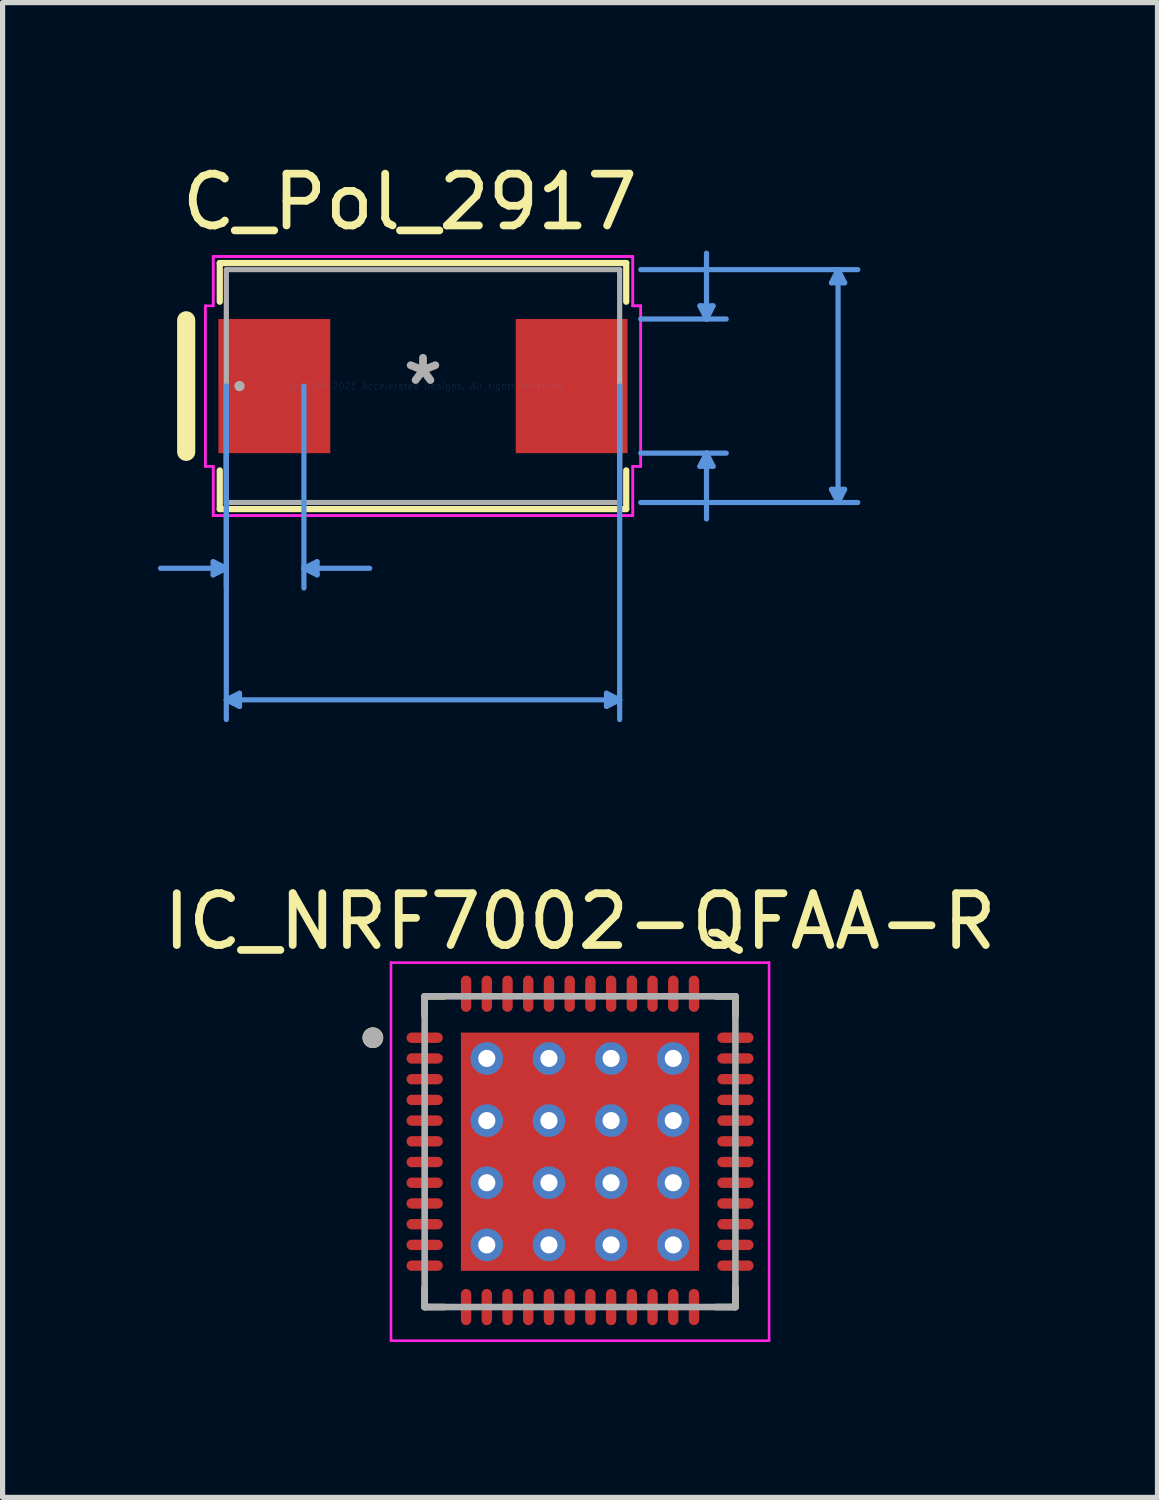
<source format=kicad_pcb>
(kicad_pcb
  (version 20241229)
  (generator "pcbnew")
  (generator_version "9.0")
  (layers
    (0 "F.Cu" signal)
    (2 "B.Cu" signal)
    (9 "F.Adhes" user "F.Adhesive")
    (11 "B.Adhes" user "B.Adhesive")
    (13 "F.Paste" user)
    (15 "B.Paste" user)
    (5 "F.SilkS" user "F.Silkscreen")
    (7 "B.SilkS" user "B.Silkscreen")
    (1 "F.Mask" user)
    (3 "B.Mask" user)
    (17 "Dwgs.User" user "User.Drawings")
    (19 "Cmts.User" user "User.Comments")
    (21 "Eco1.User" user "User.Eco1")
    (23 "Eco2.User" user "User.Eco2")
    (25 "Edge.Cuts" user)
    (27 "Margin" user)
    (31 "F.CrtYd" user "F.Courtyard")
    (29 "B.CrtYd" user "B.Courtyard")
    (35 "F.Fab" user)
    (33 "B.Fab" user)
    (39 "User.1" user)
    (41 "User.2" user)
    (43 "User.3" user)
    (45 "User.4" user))
  (footprint "C_Pol_2917"
    (layer "F.Cu")
    (at 5.117 4.404)
    (property "Reference" "C_Pol_2917" (at -0.254 -3.556 0) (layer "F.SilkS") (effects (font (size 1 1) (thickness 0.15))))
    (attr through_hole)
    (fp_line (start -4.572 -1.27) (end -4.572 1.27) (stroke (width 0.35) (type default)) (layer "F.SilkS"))
    (fp_line (start -3.924 -2.375) (end -3.924 -1.628) (stroke (width 0.12) (type solid)) (layer "F.SilkS"))
    (fp_line (start -3.924 1.628) (end -3.924 2.375) (stroke (width 0.12) (type solid)) (layer "F.SilkS"))
    (fp_line (start -3.924 2.375) (end 3.924 2.375) (stroke (width 0.12) (type solid)) (layer "F.SilkS"))
    (fp_line (start 3.924 -2.375) (end -3.924 -2.375) (stroke (width 0.12) (type solid)) (layer "F.SilkS"))
    (fp_line (start 3.924 -1.628) (end 3.924 -2.375) (stroke (width 0.12) (type solid)) (layer "F.SilkS"))
    (fp_line (start 3.924 2.375) (end 3.924 1.628) (stroke (width 0.12) (type solid)) (layer "F.SilkS"))
    (fp_line (start -4.051 3.391) (end -4.051 3.645) (stroke (width 0.1) (type solid)) (layer "Cmts.User"))
    (fp_line (start -3.797 0) (end -3.797 3.899) (stroke (width 0.1) (type solid)) (layer "Cmts.User"))
    (fp_line (start -3.797 0) (end -3.797 6.439) (stroke (width 0.1) (type solid)) (layer "Cmts.User"))
    (fp_line (start -3.797 3.518) (end -5.067 3.518) (stroke (width 0.1) (type solid)) (layer "Cmts.User"))
    (fp_line (start -3.797 3.518) (end -4.051 3.391) (stroke (width 0.1) (type solid)) (layer "Cmts.User"))
    (fp_line (start -3.797 3.518) (end -4.051 3.645) (stroke (width 0.1) (type solid)) (layer "Cmts.User"))
    (fp_line (start -3.797 6.058) (end -3.543 5.931) (stroke (width 0.1) (type solid)) (layer "Cmts.User"))
    (fp_line (start -3.797 6.058) (end -3.543 6.185) (stroke (width 0.1) (type solid)) (layer "Cmts.User"))
    (fp_line (start -3.797 6.058) (end 3.797 6.058) (stroke (width 0.1) (type solid)) (layer "Cmts.User"))
    (fp_line (start -3.543 5.931) (end -3.543 6.185) (stroke (width 0.1) (type solid)) (layer "Cmts.User"))
    (fp_line (start -2.299 0) (end -2.299 3.899) (stroke (width 0.1) (type solid)) (layer "Cmts.User"))
    (fp_line (start -2.299 3.518) (end -2.045 3.391) (stroke (width 0.1) (type solid)) (layer "Cmts.User"))
    (fp_line (start -2.299 3.518) (end -2.045 3.645) (stroke (width 0.1) (type solid)) (layer "Cmts.User"))
    (fp_line (start -2.299 3.518) (end -1.029 3.518) (stroke (width 0.1) (type solid)) (layer "Cmts.User"))
    (fp_line (start -2.045 3.391) (end -2.045 3.645) (stroke (width 0.1) (type solid)) (layer "Cmts.User"))
    (fp_line (start 3.543 5.931) (end 3.543 6.185) (stroke (width 0.1) (type solid)) (layer "Cmts.User"))
    (fp_line (start 3.797 0) (end 3.797 6.439) (stroke (width 0.1) (type solid)) (layer "Cmts.User"))
    (fp_line (start 3.797 6.058) (end 3.543 5.931) (stroke (width 0.1) (type solid)) (layer "Cmts.User"))
    (fp_line (start 3.797 6.058) (end 3.543 6.185) (stroke (width 0.1) (type solid)) (layer "Cmts.User"))
    (fp_line (start 4.204 -2.248) (end 8.395 -2.248) (stroke (width 0.1) (type solid)) (layer "Cmts.User"))
    (fp_line (start 4.204 -1.295) (end 5.855 -1.295) (stroke (width 0.1) (type solid)) (layer "Cmts.User"))
    (fp_line (start 4.204 1.295) (end 5.855 1.295) (stroke (width 0.1) (type solid)) (layer "Cmts.User"))
    (fp_line (start 4.204 2.248) (end 8.395 2.248) (stroke (width 0.1) (type solid)) (layer "Cmts.User"))
    (fp_line (start 5.347 -1.549) (end 5.601 -1.549) (stroke (width 0.1) (type solid)) (layer "Cmts.User"))
    (fp_line (start 5.347 1.549) (end 5.601 1.549) (stroke (width 0.1) (type solid)) (layer "Cmts.User"))
    (fp_line (start 5.474 -1.295) (end 5.347 -1.549) (stroke (width 0.1) (type solid)) (layer "Cmts.User"))
    (fp_line (start 5.474 -1.295) (end 5.474 -2.565) (stroke (width 0.1) (type solid)) (layer "Cmts.User"))
    (fp_line (start 5.474 -1.295) (end 5.601 -1.549) (stroke (width 0.1) (type solid)) (layer "Cmts.User"))
    (fp_line (start 5.474 1.295) (end 5.347 1.549) (stroke (width 0.1) (type solid)) (layer "Cmts.User"))
    (fp_line (start 5.474 1.295) (end 5.474 2.565) (stroke (width 0.1) (type solid)) (layer "Cmts.User"))
    (fp_line (start 5.474 1.295) (end 5.601 1.549) (stroke (width 0.1) (type solid)) (layer "Cmts.User"))
    (fp_line (start 7.887 -1.994) (end 8.141 -1.994) (stroke (width 0.1) (type solid)) (layer "Cmts.User"))
    (fp_line (start 7.887 1.994) (end 8.141 1.994) (stroke (width 0.1) (type solid)) (layer "Cmts.User"))
    (fp_line (start 8.014 -2.248) (end 7.887 -1.994) (stroke (width 0.1) (type solid)) (layer "Cmts.User"))
    (fp_line (start 8.014 -2.248) (end 8.014 2.248) (stroke (width 0.1) (type solid)) (layer "Cmts.User"))
    (fp_line (start 8.014 -2.248) (end 8.141 -1.994) (stroke (width 0.1) (type solid)) (layer "Cmts.User"))
    (fp_line (start 8.014 2.248) (end 7.887 1.994) (stroke (width 0.1) (type solid)) (layer "Cmts.User"))
    (fp_line (start 8.014 2.248) (end 8.141 1.994) (stroke (width 0.1) (type solid)) (layer "Cmts.User"))
    (fp_line (start -4.204 -1.549) (end -4.051 -1.549) (stroke (width 0.05) (type solid)) (layer "F.CrtYd"))
    (fp_line (start -4.204 1.549) (end -4.204 -1.549) (stroke (width 0.05) (type solid)) (layer "F.CrtYd"))
    (fp_line (start -4.204 1.549) (end -4.204 -1.549) (stroke (width 0.05) (type solid)) (layer "F.CrtYd"))
    (fp_line (start -4.051 -2.502) (end 4.051 -2.502) (stroke (width 0.05) (type solid)) (layer "F.CrtYd"))
    (fp_line (start -4.051 -2.502) (end 4.051 -2.502) (stroke (width 0.05) (type solid)) (layer "F.CrtYd"))
    (fp_line (start -4.051 -1.549) (end -4.051 -2.502) (stroke (width 0.05) (type solid)) (layer "F.CrtYd"))
    (fp_line (start -4.051 -1.549) (end -4.051 -2.502) (stroke (width 0.05) (type solid)) (layer "F.CrtYd"))
    (fp_line (start -4.051 1.549) (end -4.204 1.549) (stroke (width 0.05) (type solid)) (layer "F.CrtYd"))
    (fp_line (start -4.051 1.549) (end -4.204 1.549) (stroke (width 0.05) (type solid)) (layer "F.CrtYd"))
    (fp_line (start -4.051 2.502) (end -4.051 1.549) (stroke (width 0.05) (type solid)) (layer "F.CrtYd"))
    (fp_line (start -4.051 2.502) (end -4.051 1.549) (stroke (width 0.05) (type solid)) (layer "F.CrtYd"))
    (fp_line (start 4.051 -2.502) (end 4.051 -1.549) (stroke (width 0.05) (type solid)) (layer "F.CrtYd"))
    (fp_line (start 4.051 -2.502) (end 4.051 -1.549) (stroke (width 0.05) (type solid)) (layer "F.CrtYd"))
    (fp_line (start 4.051 -1.549) (end 4.204 -1.549) (stroke (width 0.05) (type solid)) (layer "F.CrtYd"))
    (fp_line (start 4.051 -1.549) (end 4.204 -1.549) (stroke (width 0.05) (type solid)) (layer "F.CrtYd"))
    (fp_line (start 4.051 1.549) (end 4.051 2.502) (stroke (width 0.05) (type solid)) (layer "F.CrtYd"))
    (fp_line (start 4.051 1.549) (end 4.051 2.502) (stroke (width 0.05) (type solid)) (layer "F.CrtYd"))
    (fp_line (start 4.051 2.502) (end -4.051 2.502) (stroke (width 0.05) (type solid)) (layer "F.CrtYd"))
    (fp_line (start 4.051 2.502) (end -4.051 2.502) (stroke (width 0.05) (type solid)) (layer "F.CrtYd"))
    (fp_line (start 4.204 -1.549) (end 4.204 1.549) (stroke (width 0.05) (type solid)) (layer "F.CrtYd"))
    (fp_line (start 4.204 -1.549) (end 4.204 1.549) (stroke (width 0.05) (type solid)) (layer "F.CrtYd"))
    (fp_line (start 4.204 1.549) (end 4.051 1.549) (stroke (width 0.05) (type solid)) (layer "F.CrtYd"))
    (fp_line (start 4.204 1.549) (end 4.051 1.549) (stroke (width 0.05) (type solid)) (layer "F.CrtYd"))
    (fp_line (start -3.797 -2.248) (end -3.797 2.248) (stroke (width 0.1) (type solid)) (layer "F.Fab"))
    (fp_line (start -3.797 2.248) (end 3.797 2.248) (stroke (width 0.1) (type solid)) (layer "F.Fab"))
    (fp_line (start 3.797 -2.248) (end -3.797 -2.248) (stroke (width 0.1) (type solid)) (layer "F.Fab"))
    (fp_line (start 3.797 2.248) (end 3.797 -2.248) (stroke (width 0.1) (type solid)) (layer "F.Fab"))
    (fp_circle (center -3.543 0) (end -3.543 0) (stroke (width 0.1) (type solid)) (fill no) (layer "F.Fab"))
    (fp_text user "Copyright 2021 Accelerated Designs. All rights reserved." (at 0 0 0) (layer "Cmts.User") (effects (font (size 0.127 0.127) (thickness 0.002))))
    (fp_text user "*" (at 0 0 0) (layer "F.Fab") (effects (font (size 1 1) (thickness 0.15))))
    (pad "1" smd rect (at -2.87 0 90) (size 2.591 2.159) (layers "F.Cu" "F.Mask" "F.Paste"))
    (pad "2" smd rect (at 2.87 0 90) (size 2.591 2.159) (layers "F.Cu" "F.Mask" "F.Paste")))
  (footprint "IC_NRF7002-QFAA-R"
    (layer "F.Cu")
    (at 8.149 19.186)
    (property "Reference" "IC_NRF7002-QFAA-R" (at 0 -4.445 0) (layer "F.SilkS") (effects (font (size 1 1) (thickness 0.15))))
    (attr smd)
    (fp_line (start -3 -3) (end -3 -2.625) (stroke (width 0.127) (type solid)) (layer "F.SilkS"))
    (fp_line (start -3 -3) (end -2.625 -3) (stroke (width 0.127) (type solid)) (layer "F.SilkS"))
    (fp_line (start -3 3) (end -3 2.625) (stroke (width 0.127) (type solid)) (layer "F.SilkS"))
    (fp_line (start -3 3) (end -2.625 3) (stroke (width 0.127) (type solid)) (layer "F.SilkS"))
    (fp_line (start 3 -3) (end 2.625 -3) (stroke (width 0.127) (type solid)) (layer "F.SilkS"))
    (fp_line (start 3 -3) (end 3 -2.625) (stroke (width 0.127) (type solid)) (layer "F.SilkS"))
    (fp_line (start 3 3) (end 2.625 3) (stroke (width 0.127) (type solid)) (layer "F.SilkS"))
    (fp_line (start 3 3) (end 3 2.625) (stroke (width 0.127) (type solid)) (layer "F.SilkS"))
    (fp_circle (center -4 -2.2) (end -3.9 -2.2) (stroke (width 0.2) (type solid)) (fill no) (layer "F.SilkS"))
    (fp_poly (pts (xy -1.885 -1.885) (xy -0.425 -1.885) (xy -0.425 -0.425) (xy -1.885 -0.425)) (stroke (width 0.01) (type solid)) (fill yes) (layer "F.Paste"))
    (fp_poly (pts (xy -1.885 0.425) (xy -0.425 0.425) (xy -0.425 1.885) (xy -1.885 1.885)) (stroke (width 0.01) (type solid)) (fill yes) (layer "F.Paste"))
    (fp_poly (pts (xy 0.425 -1.885) (xy 1.885 -1.885) (xy 1.885 -0.425) (xy 0.425 -0.425)) (stroke (width 0.01) (type solid)) (fill yes) (layer "F.Paste"))
    (fp_poly (pts (xy 0.425 0.425) (xy 1.885 0.425) (xy 1.885 1.885) (xy 0.425 1.885)) (stroke (width 0.01) (type solid)) (fill yes) (layer "F.Paste"))
    (fp_line (start -3.65 -3.65) (end 3.65 -3.65) (stroke (width 0.05) (type solid)) (layer "F.CrtYd"))
    (fp_line (start -3.65 3.65) (end -3.65 -3.65) (stroke (width 0.05) (type solid)) (layer "F.CrtYd"))
    (fp_line (start 3.65 -3.65) (end 3.65 3.65) (stroke (width 0.05) (type solid)) (layer "F.CrtYd"))
    (fp_line (start 3.65 3.65) (end -3.65 3.65) (stroke (width 0.05) (type solid)) (layer "F.CrtYd"))
    (fp_line (start -3 -3) (end 3 -3) (stroke (width 0.127) (type solid)) (layer "F.Fab"))
    (fp_line (start -3 3) (end -3 -3) (stroke (width 0.127) (type solid)) (layer "F.Fab"))
    (fp_line (start 3 -3) (end 3 3) (stroke (width 0.127) (type solid)) (layer "F.Fab"))
    (fp_line (start 3 3) (end -3 3) (stroke (width 0.127) (type solid)) (layer "F.Fab"))
    (fp_circle (center -4 -2.2) (end -3.9 -2.2) (stroke (width 0.2) (type solid)) (fill no) (layer "F.Fab"))
    (pad "1" smd oval (at -3 -2.2) (size 0.7 0.2) (layers "F.Cu" "F.Mask" "F.Paste"))
    (pad "2" smd oval (at -3 -1.8) (size 0.7 0.2) (layers "F.Cu" "F.Mask" "F.Paste"))
    (pad "3" smd oval (at -3 -1.4) (size 0.7 0.2) (layers "F.Cu" "F.Mask" "F.Paste"))
    (pad "4" smd oval (at -3 -1) (size 0.7 0.2) (layers "F.Cu" "F.Mask" "F.Paste"))
    (pad "5" smd oval (at -3 -0.6) (size 0.7 0.2) (layers "F.Cu" "F.Mask" "F.Paste"))
    (pad "6" smd oval (at -3 -0.2) (size 0.7 0.2) (layers "F.Cu" "F.Mask" "F.Paste"))
    (pad "7" smd oval (at -3 0.2) (size 0.7 0.2) (layers "F.Cu" "F.Mask" "F.Paste"))
    (pad "8" smd oval (at -3 0.6) (size 0.7 0.2) (layers "F.Cu" "F.Mask" "F.Paste"))
    (pad "9" smd oval (at -3 1) (size 0.7 0.2) (layers "F.Cu" "F.Mask" "F.Paste"))
    (pad "10" smd oval (at -3 1.4) (size 0.7 0.2) (layers "F.Cu" "F.Mask" "F.Paste"))
    (pad "11" smd oval (at -3 1.8) (size 0.7 0.2) (layers "F.Cu" "F.Mask" "F.Paste"))
    (pad "12" smd oval (at -3 2.2) (size 0.7 0.2) (layers "F.Cu" "F.Mask" "F.Paste"))
    (pad "13" smd oval (at -2.2 3) (size 0.2 0.7) (layers "F.Cu" "F.Mask" "F.Paste"))
    (pad "14" smd oval (at -1.8 3) (size 0.2 0.7) (layers "F.Cu" "F.Mask" "F.Paste"))
    (pad "15" smd oval (at -1.4 3) (size 0.2 0.7) (layers "F.Cu" "F.Mask" "F.Paste"))
    (pad "16" smd oval (at -1 3) (size 0.2 0.7) (layers "F.Cu" "F.Mask" "F.Paste"))
    (pad "17" smd oval (at -0.6 3) (size 0.2 0.7) (layers "F.Cu" "F.Mask" "F.Paste"))
    (pad "18" smd oval (at -0.2 3) (size 0.2 0.7) (layers "F.Cu" "F.Mask" "F.Paste"))
    (pad "19" smd oval (at 0.2 3) (size 0.2 0.7) (layers "F.Cu" "F.Mask" "F.Paste"))
    (pad "20" smd oval (at 0.6 3) (size 0.2 0.7) (layers "F.Cu" "F.Mask" "F.Paste"))
    (pad "21" smd oval (at 1 3) (size 0.2 0.7) (layers "F.Cu" "F.Mask" "F.Paste"))
    (pad "22" smd oval (at 1.4 3) (size 0.2 0.7) (layers "F.Cu" "F.Mask" "F.Paste"))
    (pad "23" smd oval (at 1.8 3) (size 0.2 0.7) (layers "F.Cu" "F.Mask" "F.Paste"))
    (pad "24" smd oval (at 2.2 3) (size 0.2 0.7) (layers "F.Cu" "F.Mask" "F.Paste"))
    (pad "25" smd oval (at 3 2.2) (size 0.7 0.2) (layers "F.Cu" "F.Mask" "F.Paste"))
    (pad "26" smd oval (at 3 1.8) (size 0.7 0.2) (layers "F.Cu" "F.Mask" "F.Paste"))
    (pad "27" smd oval (at 3 1.4) (size 0.7 0.2) (layers "F.Cu" "F.Mask" "F.Paste"))
    (pad "28" smd oval (at 3 1) (size 0.7 0.2) (layers "F.Cu" "F.Mask" "F.Paste"))
    (pad "29" smd oval (at 3 0.6) (size 0.7 0.2) (layers "F.Cu" "F.Mask" "F.Paste"))
    (pad "30" smd oval (at 3 0.2) (size 0.7 0.2) (layers "F.Cu" "F.Mask" "F.Paste"))
    (pad "31" smd oval (at 3 -0.2) (size 0.7 0.2) (layers "F.Cu" "F.Mask" "F.Paste"))
    (pad "32" smd oval (at 3 -0.6) (size 0.7 0.2) (layers "F.Cu" "F.Mask" "F.Paste"))
    (pad "33" smd oval (at 3 -1) (size 0.7 0.2) (layers "F.Cu" "F.Mask" "F.Paste"))
    (pad "34" smd oval (at 3 -1.4) (size 0.7 0.2) (layers "F.Cu" "F.Mask" "F.Paste"))
    (pad "35" smd oval (at 3 -1.8) (size 0.7 0.2) (layers "F.Cu" "F.Mask" "F.Paste"))
    (pad "36" smd oval (at 3 -2.2) (size 0.7 0.2) (layers "F.Cu" "F.Mask" "F.Paste"))
    (pad "37" smd oval (at 2.2 -3.05) (size 0.2 0.7) (layers "F.Cu" "F.Mask" "F.Paste"))
    (pad "38" smd oval (at 1.8 -3.05) (size 0.2 0.7) (layers "F.Cu" "F.Mask" "F.Paste"))
    (pad "39" smd oval (at 1.4 -3.05) (size 0.2 0.7) (layers "F.Cu" "F.Mask" "F.Paste"))
    (pad "40" smd oval (at 1 -3.05) (size 0.2 0.7) (layers "F.Cu" "F.Mask" "F.Paste"))
    (pad "41" smd oval (at 0.6 -3.05) (size 0.2 0.7) (layers "F.Cu" "F.Mask" "F.Paste"))
    (pad "42" smd oval (at 0.2 -3.05) (size 0.2 0.7) (layers "F.Cu" "F.Mask" "F.Paste"))
    (pad "43" smd oval (at -0.2 -3.05) (size 0.2 0.7) (layers "F.Cu" "F.Mask" "F.Paste"))
    (pad "44" smd oval (at -0.6 -3.05) (size 0.2 0.7) (layers "F.Cu" "F.Mask" "F.Paste"))
    (pad "45" smd oval (at -1 -3.05) (size 0.2 0.7) (layers "F.Cu" "F.Mask" "F.Paste"))
    (pad "46" smd oval (at -1.4 -3.05) (size 0.2 0.7) (layers "F.Cu" "F.Mask" "F.Paste"))
    (pad "47" smd oval (at -1.8 -3.05) (size 0.2 0.7) (layers "F.Cu" "F.Mask" "F.Paste"))
    (pad "48" smd oval (at -2.2 -3.05) (size 0.2 0.7) (layers "F.Cu" "F.Mask" "F.Paste"))
    (pad "49" smd rect (at 0 0) (size 4.6 4.6) (layers "F.Cu" "F.Mask"))
    (pad "50" thru_hole circle (at -1.8 -1.8) (size 0.63 0.63) (drill 0.33) (layers "*.Cu"))
    (pad "51" thru_hole circle (at -0.6 -1.8) (size 0.63 0.63) (drill 0.33) (layers "*.Cu"))
    (pad "52" thru_hole circle (at 0.6 -1.8) (size 0.63 0.63) (drill 0.33) (layers "*.Cu"))
    (pad "53" thru_hole circle (at 1.8 -1.8) (size 0.63 0.63) (drill 0.33) (layers "*.Cu"))
    (pad "54" thru_hole circle (at -1.8 -0.6) (size 0.63 0.63) (drill 0.33) (layers "*.Cu"))
    (pad "55" thru_hole circle (at -0.6 -0.6) (size 0.63 0.63) (drill 0.33) (layers "*.Cu"))
    (pad "56" thru_hole circle (at 0.6 -0.6) (size 0.63 0.63) (drill 0.33) (layers "*.Cu"))
    (pad "57" thru_hole circle (at 1.8 -0.6) (size 0.63 0.63) (drill 0.33) (layers "*.Cu"))
    (pad "58" thru_hole circle (at -1.8 0.6) (size 0.63 0.63) (drill 0.33) (layers "*.Cu"))
    (pad "59" thru_hole circle (at -0.6 0.6) (size 0.63 0.63) (drill 0.33) (layers "*.Cu"))
    (pad "60" thru_hole circle (at 0.6 0.6) (size 0.63 0.63) (drill 0.33) (layers "*.Cu"))
    (pad "61" thru_hole circle (at 1.8 0.6) (size 0.63 0.63) (drill 0.33) (layers "*.Cu"))
    (pad "62" thru_hole circle (at -1.8 1.8) (size 0.63 0.63) (drill 0.33) (layers "*.Cu"))
    (pad "63" thru_hole circle (at -0.6 1.8) (size 0.63 0.63) (drill 0.33) (layers "*.Cu"))
    (pad "64" thru_hole circle (at 0.6 1.8) (size 0.63 0.63) (drill 0.33) (layers "*.Cu"))
    (pad "65" thru_hole circle (at 1.8 1.8) (size 0.63 0.63) (drill 0.33) (layers "*.Cu")))
  (gr_rect
    (start -3 -3)
    (end 19.298 25.861)
    (stroke (width 0.1) (type default))
    (fill no)
    (layer "Edge.Cuts")))
</source>
